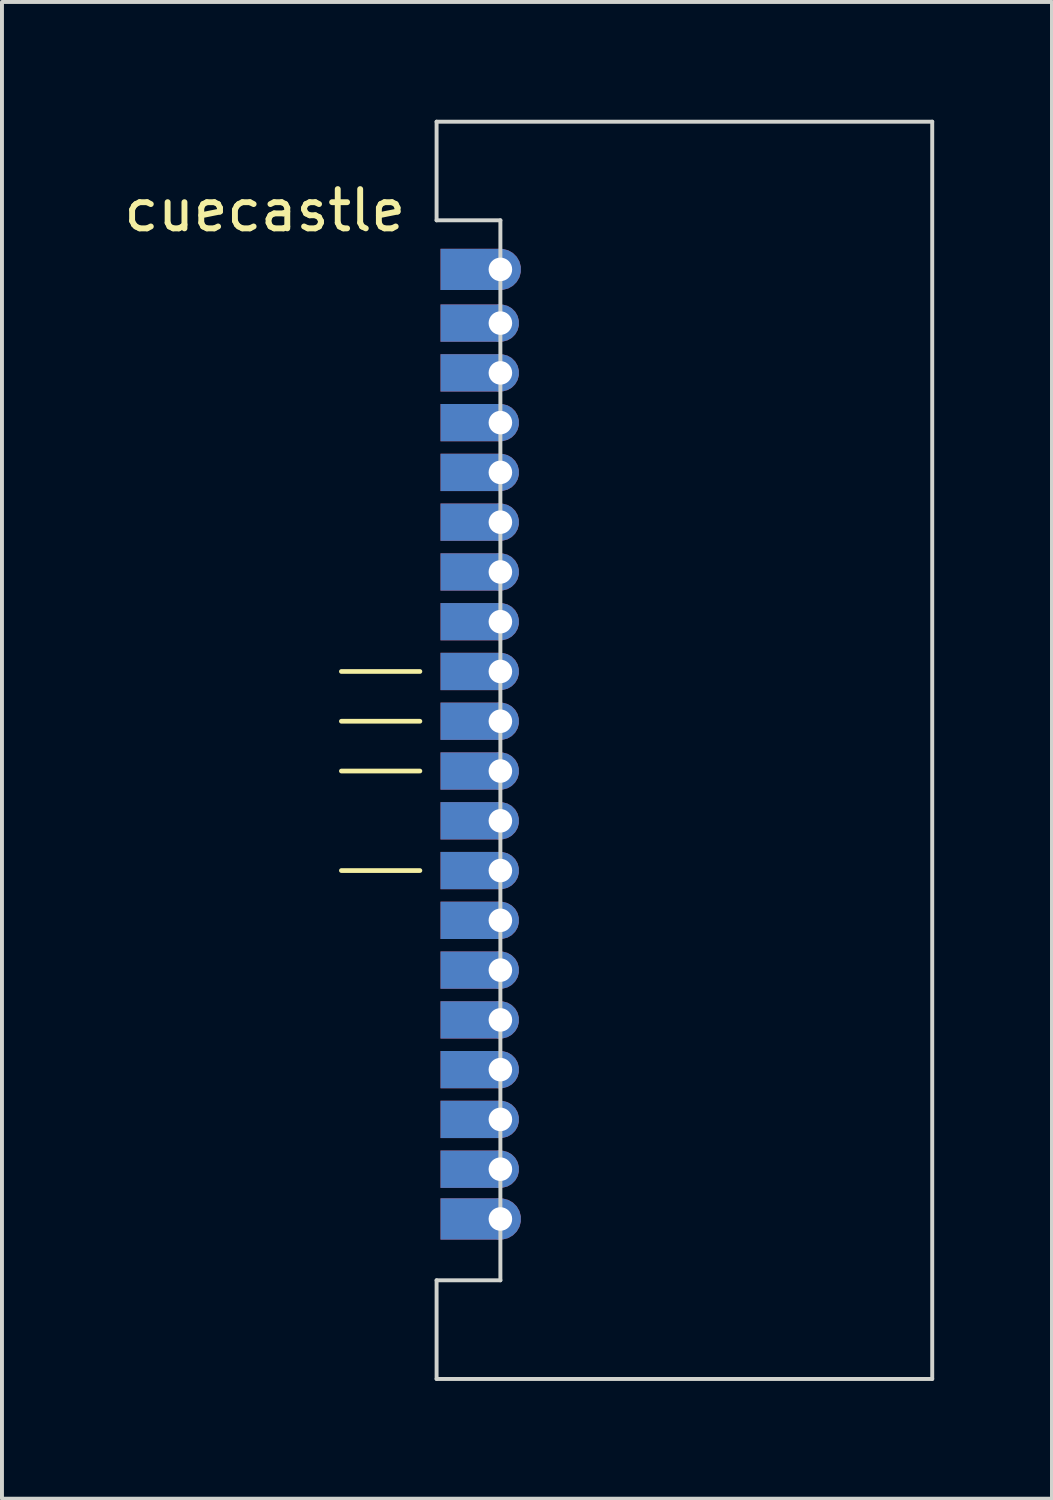
<source format=kicad_pcb>
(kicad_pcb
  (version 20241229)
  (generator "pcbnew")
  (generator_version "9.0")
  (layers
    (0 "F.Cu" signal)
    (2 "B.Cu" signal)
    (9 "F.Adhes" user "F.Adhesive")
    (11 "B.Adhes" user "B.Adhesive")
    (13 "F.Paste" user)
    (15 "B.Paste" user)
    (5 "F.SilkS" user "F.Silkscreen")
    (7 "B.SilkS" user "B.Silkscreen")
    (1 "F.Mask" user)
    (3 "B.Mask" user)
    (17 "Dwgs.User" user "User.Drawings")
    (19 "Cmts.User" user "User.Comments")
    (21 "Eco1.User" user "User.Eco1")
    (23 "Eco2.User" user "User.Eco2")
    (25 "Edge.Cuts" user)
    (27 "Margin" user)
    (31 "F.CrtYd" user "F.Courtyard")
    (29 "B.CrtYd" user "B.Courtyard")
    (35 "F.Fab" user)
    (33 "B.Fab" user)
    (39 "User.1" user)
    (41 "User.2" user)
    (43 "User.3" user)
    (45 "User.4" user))
  (footprint "cuecastle"
    (layer "F.Cu")
    (at 9.696 3.812)
    (property "Reference" "cuecastle" (at -6 -1.5 0) (unlocked yes) (layer "F.SilkS") (effects (font (size 1 1) (thickness 0.15))))
    (attr smd)
    (fp_poly (pts (xy -1.525 -0.525) (xy 0 -0.525) (xy -0.413 -0.263) (xy -0.413 0.263) (xy 0 0.525) (xy -1.525 0.525)) (stroke (width 0) (type solid)) (fill yes) (layer "F.Cu"))
    (fp_poly (pts (xy -1.525 0.893) (xy 0 0.893) (xy -0.387 1.13) (xy -0.387 1.605) (xy 0 1.843) (xy -1.525 1.843)) (stroke (width 0) (type solid)) (fill yes) (layer "F.Cu"))
    (fp_poly (pts (xy -1.525 2.161) (xy 0 2.161) (xy -0.387 2.398) (xy -0.387 2.873) (xy 0 3.111) (xy -1.525 3.111)) (stroke (width 0) (type solid)) (fill yes) (layer "F.Cu"))
    (fp_poly (pts (xy -1.525 3.428) (xy 0 3.428) (xy -0.387 3.666) (xy -0.387 4.141) (xy 0 4.378) (xy -1.525 4.378)) (stroke (width 0) (type solid)) (fill yes) (layer "F.Cu"))
    (fp_poly (pts (xy -1.525 4.696) (xy 0 4.696) (xy -0.387 4.934) (xy -0.387 5.409) (xy 0 5.646) (xy -1.525 5.646)) (stroke (width 0) (type solid)) (fill yes) (layer "F.Cu"))
    (fp_poly (pts (xy -1.525 5.964) (xy 0 5.964) (xy -0.387 6.201) (xy -0.387 6.676) (xy 0 6.914) (xy -1.525 6.914)) (stroke (width 0) (type solid)) (fill yes) (layer "F.Cu"))
    (fp_poly (pts (xy -1.525 7.232) (xy 0 7.232) (xy -0.387 7.469) (xy -0.387 7.944) (xy 0 8.182) (xy -1.525 8.182)) (stroke (width 0) (type solid)) (fill yes) (layer "F.Cu"))
    (fp_poly (pts (xy -1.525 8.499) (xy 0 8.499) (xy -0.387 8.737) (xy -0.387 9.212) (xy 0 9.449) (xy -1.525 9.449)) (stroke (width 0) (type solid)) (fill yes) (layer "F.Cu"))
    (fp_poly (pts (xy -1.525 9.767) (xy 0 9.767) (xy -0.387 10.005) (xy -0.387 10.48) (xy 0 10.717) (xy -1.525 10.717)) (stroke (width 0) (type solid)) (fill yes) (layer "F.Cu"))
    (fp_poly (pts (xy -1.525 11.035) (xy 0 11.035) (xy -0.387 11.272) (xy -0.387 11.747) (xy 0 11.985) (xy -1.525 11.985)) (stroke (width 0) (type solid)) (fill yes) (layer "F.Cu"))
    (fp_poly (pts (xy -1.525 12.303) (xy 0 12.303) (xy -0.387 12.54) (xy -0.387 13.015) (xy 0 13.253) (xy -1.525 13.253)) (stroke (width 0) (type solid)) (fill yes) (layer "F.Cu"))
    (fp_poly (pts (xy -1.525 13.571) (xy 0 13.571) (xy -0.387 13.808) (xy -0.387 14.283) (xy 0 14.521) (xy -1.525 14.521)) (stroke (width 0) (type solid)) (fill yes) (layer "F.Cu"))
    (fp_poly (pts (xy -1.525 14.838) (xy 0 14.838) (xy -0.387 15.076) (xy -0.387 15.551) (xy 0 15.788) (xy -1.525 15.788)) (stroke (width 0) (type solid)) (fill yes) (layer "F.Cu"))
    (fp_poly (pts (xy -1.525 16.106) (xy 0 16.106) (xy -0.387 16.344) (xy -0.387 16.819) (xy 0 17.056) (xy -1.525 17.056)) (stroke (width 0) (type solid)) (fill yes) (layer "F.Cu"))
    (fp_poly (pts (xy -1.525 17.374) (xy 0 17.374) (xy -0.387 17.611) (xy -0.387 18.086) (xy 0 18.324) (xy -1.525 18.324)) (stroke (width 0) (type solid)) (fill yes) (layer "F.Cu"))
    (fp_poly (pts (xy -1.525 18.642) (xy 0 18.642) (xy -0.387 18.879) (xy -0.387 19.354) (xy 0 19.592) (xy -1.525 19.592)) (stroke (width 0) (type solid)) (fill yes) (layer "F.Cu"))
    (fp_poly (pts (xy -1.525 19.909) (xy 0 19.909) (xy -0.387 20.147) (xy -0.387 20.622) (xy 0 20.859) (xy -1.525 20.859)) (stroke (width 0) (type solid)) (fill yes) (layer "F.Cu"))
    (fp_poly (pts (xy -1.525 21.177) (xy 0 21.177) (xy -0.387 21.415) (xy -0.387 21.89) (xy 0 22.127) (xy -1.525 22.127)) (stroke (width 0) (type solid)) (fill yes) (layer "F.Cu"))
    (fp_poly (pts (xy -1.525 22.445) (xy 0 22.445) (xy -0.387 22.682) (xy -0.387 23.157) (xy 0 23.395) (xy -1.525 23.395)) (stroke (width 0) (type solid)) (fill yes) (layer "F.Cu"))
    (fp_poly (pts (xy -1.525 23.663) (xy 0 23.663) (xy -0.413 23.925) (xy -0.413 24.45) (xy 0 24.713) (xy -1.525 24.713)) (stroke (width 0) (type solid)) (fill yes) (layer "F.Cu"))
    (fp_poly (pts (xy -1.525 -0.525) (xy 0 -0.525) (xy -0.413 -0.263) (xy -0.413 0.263) (xy 0 0.525) (xy -1.525 0.525)) (stroke (width 0) (type solid)) (fill yes) (layer "F.Mask"))
    (fp_poly (pts (xy -1.525 0.893) (xy 0 0.893) (xy -0.387 1.13) (xy -0.387 1.605) (xy 0 1.843) (xy -1.525 1.843)) (stroke (width 0) (type solid)) (fill yes) (layer "F.Mask"))
    (fp_poly (pts (xy -1.525 2.161) (xy 0 2.161) (xy -0.387 2.398) (xy -0.387 2.873) (xy 0 3.111) (xy -1.525 3.111)) (stroke (width 0) (type solid)) (fill yes) (layer "F.Mask"))
    (fp_poly (pts (xy -1.525 3.428) (xy 0 3.428) (xy -0.387 3.666) (xy -0.387 4.141) (xy 0 4.378) (xy -1.525 4.378)) (stroke (width 0) (type solid)) (fill yes) (layer "F.Mask"))
    (fp_poly (pts (xy -1.525 4.696) (xy 0 4.696) (xy -0.387 4.934) (xy -0.387 5.409) (xy 0 5.646) (xy -1.525 5.646)) (stroke (width 0) (type solid)) (fill yes) (layer "F.Mask"))
    (fp_poly (pts (xy -1.525 5.964) (xy 0 5.964) (xy -0.387 6.201) (xy -0.387 6.676) (xy 0 6.914) (xy -1.525 6.914)) (stroke (width 0) (type solid)) (fill yes) (layer "F.Mask"))
    (fp_poly (pts (xy -1.525 7.232) (xy 0 7.232) (xy -0.387 7.469) (xy -0.387 7.944) (xy 0 8.182) (xy -1.525 8.182)) (stroke (width 0) (type solid)) (fill yes) (layer "F.Mask"))
    (fp_poly (pts (xy -1.525 8.499) (xy 0 8.499) (xy -0.387 8.737) (xy -0.387 9.212) (xy 0 9.449) (xy -1.525 9.449)) (stroke (width 0) (type solid)) (fill yes) (layer "F.Mask"))
    (fp_poly (pts (xy -1.525 9.767) (xy 0 9.767) (xy -0.387 10.005) (xy -0.387 10.48) (xy 0 10.717) (xy -1.525 10.717)) (stroke (width 0) (type solid)) (fill yes) (layer "F.Mask"))
    (fp_poly (pts (xy -1.525 11.035) (xy 0 11.035) (xy -0.387 11.272) (xy -0.387 11.747) (xy 0 11.985) (xy -1.525 11.985)) (stroke (width 0) (type solid)) (fill yes) (layer "F.Mask"))
    (fp_poly (pts (xy -1.525 12.303) (xy 0 12.303) (xy -0.387 12.54) (xy -0.387 13.015) (xy 0 13.253) (xy -1.525 13.253)) (stroke (width 0) (type solid)) (fill yes) (layer "F.Mask"))
    (fp_poly (pts (xy -1.525 13.571) (xy 0 13.571) (xy -0.387 13.808) (xy -0.387 14.283) (xy 0 14.521) (xy -1.525 14.521)) (stroke (width 0) (type solid)) (fill yes) (layer "F.Mask"))
    (fp_poly (pts (xy -1.525 14.838) (xy 0 14.838) (xy -0.387 15.076) (xy -0.387 15.551) (xy 0 15.788) (xy -1.525 15.788)) (stroke (width 0) (type solid)) (fill yes) (layer "F.Mask"))
    (fp_poly (pts (xy -1.525 16.106) (xy 0 16.106) (xy -0.387 16.344) (xy -0.387 16.819) (xy 0 17.056) (xy -1.525 17.056)) (stroke (width 0) (type solid)) (fill yes) (layer "F.Mask"))
    (fp_poly (pts (xy -1.525 17.374) (xy 0 17.374) (xy -0.387 17.611) (xy -0.387 18.086) (xy 0 18.324) (xy -1.525 18.324)) (stroke (width 0) (type solid)) (fill yes) (layer "F.Mask"))
    (fp_poly (pts (xy -1.525 18.642) (xy 0 18.642) (xy -0.387 18.879) (xy -0.387 19.354) (xy 0 19.592) (xy -1.525 19.592)) (stroke (width 0) (type solid)) (fill yes) (layer "F.Mask"))
    (fp_poly (pts (xy -1.525 19.909) (xy 0 19.909) (xy -0.387 20.147) (xy -0.387 20.622) (xy 0 20.859) (xy -1.525 20.859)) (stroke (width 0) (type solid)) (fill yes) (layer "F.Mask"))
    (fp_poly (pts (xy -1.525 21.177) (xy 0 21.177) (xy -0.387 21.415) (xy -0.387 21.89) (xy 0 22.127) (xy -1.525 22.127)) (stroke (width 0) (type solid)) (fill yes) (layer "F.Mask"))
    (fp_poly (pts (xy -1.525 22.445) (xy 0 22.445) (xy -0.387 22.682) (xy -0.387 23.157) (xy 0 23.395) (xy -1.525 23.395)) (stroke (width 0) (type solid)) (fill yes) (layer "F.Mask"))
    (fp_poly (pts (xy -1.525 23.663) (xy 0 23.663) (xy -0.413 23.925) (xy -0.413 24.45) (xy 0 24.713) (xy -1.525 24.713)) (stroke (width 0) (type solid)) (fill yes) (layer "F.Mask"))
    (fp_poly (pts (xy -1.525 -0.525) (xy 0 -0.525) (xy -0.413 -0.263) (xy -0.413 0.263) (xy 0 0.525) (xy -1.525 0.525)) (stroke (width 0) (type solid)) (fill yes) (layer "B.Cu"))
    (fp_poly (pts (xy -1.525 0.893) (xy 0 0.893) (xy -0.387 1.13) (xy -0.387 1.605) (xy 0 1.843) (xy -1.525 1.843)) (stroke (width 0) (type solid)) (fill yes) (layer "B.Cu"))
    (fp_poly (pts (xy -1.525 2.161) (xy 0 2.161) (xy -0.387 2.398) (xy -0.387 2.873) (xy 0 3.111) (xy -1.525 3.111)) (stroke (width 0) (type solid)) (fill yes) (layer "B.Cu"))
    (fp_poly (pts (xy -1.525 3.428) (xy 0 3.428) (xy -0.387 3.666) (xy -0.387 4.141) (xy 0 4.378) (xy -1.525 4.378)) (stroke (width 0) (type solid)) (fill yes) (layer "B.Cu"))
    (fp_poly (pts (xy -1.525 4.696) (xy 0 4.696) (xy -0.387 4.934) (xy -0.387 5.409) (xy 0 5.646) (xy -1.525 5.646)) (stroke (width 0) (type solid)) (fill yes) (layer "B.Cu"))
    (fp_poly (pts (xy -1.525 5.964) (xy 0 5.964) (xy -0.387 6.201) (xy -0.387 6.676) (xy 0 6.914) (xy -1.525 6.914)) (stroke (width 0) (type solid)) (fill yes) (layer "B.Cu"))
    (fp_poly (pts (xy -1.525 7.232) (xy 0 7.232) (xy -0.387 7.469) (xy -0.387 7.944) (xy 0 8.182) (xy -1.525 8.182)) (stroke (width 0) (type solid)) (fill yes) (layer "B.Cu"))
    (fp_poly (pts (xy -1.525 8.499) (xy 0 8.499) (xy -0.387 8.737) (xy -0.387 9.212) (xy 0 9.449) (xy -1.525 9.449)) (stroke (width 0) (type solid)) (fill yes) (layer "B.Cu"))
    (fp_poly (pts (xy -1.525 9.767) (xy 0 9.767) (xy -0.387 10.005) (xy -0.387 10.48) (xy 0 10.717) (xy -1.525 10.717)) (stroke (width 0) (type solid)) (fill yes) (layer "B.Cu"))
    (fp_poly (pts (xy -1.525 11.035) (xy 0 11.035) (xy -0.387 11.272) (xy -0.387 11.747) (xy 0 11.985) (xy -1.525 11.985)) (stroke (width 0) (type solid)) (fill yes) (layer "B.Cu"))
    (fp_poly (pts (xy -1.525 12.303) (xy 0 12.303) (xy -0.387 12.54) (xy -0.387 13.015) (xy 0 13.253) (xy -1.525 13.253)) (stroke (width 0) (type solid)) (fill yes) (layer "B.Cu"))
    (fp_poly (pts (xy -1.525 13.571) (xy 0 13.571) (xy -0.387 13.808) (xy -0.387 14.283) (xy 0 14.521) (xy -1.525 14.521)) (stroke (width 0) (type solid)) (fill yes) (layer "B.Cu"))
    (fp_poly (pts (xy -1.525 14.838) (xy 0 14.838) (xy -0.387 15.076) (xy -0.387 15.551) (xy 0 15.788) (xy -1.525 15.788)) (stroke (width 0) (type solid)) (fill yes) (layer "B.Cu"))
    (fp_poly (pts (xy -1.525 16.106) (xy 0 16.106) (xy -0.387 16.344) (xy -0.387 16.819) (xy 0 17.056) (xy -1.525 17.056)) (stroke (width 0) (type solid)) (fill yes) (layer "B.Cu"))
    (fp_poly (pts (xy -1.525 17.374) (xy 0 17.374) (xy -0.387 17.611) (xy -0.387 18.086) (xy 0 18.324) (xy -1.525 18.324)) (stroke (width 0) (type solid)) (fill yes) (layer "B.Cu"))
    (fp_poly (pts (xy -1.525 18.642) (xy 0 18.642) (xy -0.387 18.879) (xy -0.387 19.354) (xy 0 19.592) (xy -1.525 19.592)) (stroke (width 0) (type solid)) (fill yes) (layer "B.Cu"))
    (fp_poly (pts (xy -1.525 19.909) (xy 0 19.909) (xy -0.387 20.147) (xy -0.387 20.622) (xy 0 20.859) (xy -1.525 20.859)) (stroke (width 0) (type solid)) (fill yes) (layer "B.Cu"))
    (fp_poly (pts (xy -1.525 21.177) (xy 0 21.177) (xy -0.387 21.415) (xy -0.387 21.89) (xy 0 22.127) (xy -1.525 22.127)) (stroke (width 0) (type solid)) (fill yes) (layer "B.Cu"))
    (fp_poly (pts (xy -1.525 22.445) (xy 0 22.445) (xy -0.387 22.682) (xy -0.387 23.157) (xy 0 23.395) (xy -1.525 23.395)) (stroke (width 0) (type solid)) (fill yes) (layer "B.Cu"))
    (fp_poly (pts (xy -1.525 23.663) (xy 0 23.663) (xy -0.413 23.925) (xy -0.413 24.45) (xy 0 24.713) (xy -1.525 24.713)) (stroke (width 0) (type solid)) (fill yes) (layer "B.Cu"))
    (fp_poly (pts (xy -1.525 -0.525) (xy 0 -0.525) (xy -0.413 -0.263) (xy -0.413 0.263) (xy 0 0.525) (xy -1.525 0.525)) (stroke (width 0) (type solid)) (fill yes) (layer "B.Mask"))
    (fp_poly (pts (xy -1.525 0.893) (xy 0 0.893) (xy -0.387 1.13) (xy -0.387 1.605) (xy 0 1.843) (xy -1.525 1.843)) (stroke (width 0) (type solid)) (fill yes) (layer "B.Mask"))
    (fp_poly (pts (xy -1.525 2.161) (xy 0 2.161) (xy -0.387 2.398) (xy -0.387 2.873) (xy 0 3.111) (xy -1.525 3.111)) (stroke (width 0) (type solid)) (fill yes) (layer "B.Mask"))
    (fp_poly (pts (xy -1.525 3.428) (xy 0 3.428) (xy -0.387 3.666) (xy -0.387 4.141) (xy 0 4.378) (xy -1.525 4.378)) (stroke (width 0) (type solid)) (fill yes) (layer "B.Mask"))
    (fp_poly (pts (xy -1.525 4.696) (xy 0 4.696) (xy -0.387 4.934) (xy -0.387 5.409) (xy 0 5.646) (xy -1.525 5.646)) (stroke (width 0) (type solid)) (fill yes) (layer "B.Mask"))
    (fp_poly (pts (xy -1.525 5.964) (xy 0 5.964) (xy -0.387 6.201) (xy -0.387 6.676) (xy 0 6.914) (xy -1.525 6.914)) (stroke (width 0) (type solid)) (fill yes) (layer "B.Mask"))
    (fp_poly (pts (xy -1.525 7.232) (xy 0 7.232) (xy -0.387 7.469) (xy -0.387 7.944) (xy 0 8.182) (xy -1.525 8.182)) (stroke (width 0) (type solid)) (fill yes) (layer "B.Mask"))
    (fp_poly (pts (xy -1.525 8.499) (xy 0 8.499) (xy -0.387 8.737) (xy -0.387 9.212) (xy 0 9.449) (xy -1.525 9.449)) (stroke (width 0) (type solid)) (fill yes) (layer "B.Mask"))
    (fp_poly (pts (xy -1.525 9.767) (xy 0 9.767) (xy -0.387 10.005) (xy -0.387 10.48) (xy 0 10.717) (xy -1.525 10.717)) (stroke (width 0) (type solid)) (fill yes) (layer "B.Mask"))
    (fp_poly (pts (xy -1.525 11.035) (xy 0 11.035) (xy -0.387 11.272) (xy -0.387 11.747) (xy 0 11.985) (xy -1.525 11.985)) (stroke (width 0) (type solid)) (fill yes) (layer "B.Mask"))
    (fp_poly (pts (xy -1.525 12.303) (xy 0 12.303) (xy -0.387 12.54) (xy -0.387 13.015) (xy 0 13.253) (xy -1.525 13.253)) (stroke (width 0) (type solid)) (fill yes) (layer "B.Mask"))
    (fp_poly (pts (xy -1.525 13.571) (xy 0 13.571) (xy -0.387 13.808) (xy -0.387 14.283) (xy 0 14.521) (xy -1.525 14.521)) (stroke (width 0) (type solid)) (fill yes) (layer "B.Mask"))
    (fp_poly (pts (xy -1.525 14.838) (xy 0 14.838) (xy -0.387 15.076) (xy -0.387 15.551) (xy 0 15.788) (xy -1.525 15.788)) (stroke (width 0) (type solid)) (fill yes) (layer "B.Mask"))
    (fp_poly (pts (xy -1.525 16.106) (xy 0 16.106) (xy -0.387 16.344) (xy -0.387 16.819) (xy 0 17.056) (xy -1.525 17.056)) (stroke (width 0) (type solid)) (fill yes) (layer "B.Mask"))
    (fp_poly (pts (xy -1.525 17.374) (xy 0 17.374) (xy -0.387 17.611) (xy -0.387 18.086) (xy 0 18.324) (xy -1.525 18.324)) (stroke (width 0) (type solid)) (fill yes) (layer "B.Mask"))
    (fp_poly (pts (xy -1.525 18.642) (xy 0 18.642) (xy -0.387 18.879) (xy -0.387 19.354) (xy 0 19.592) (xy -1.525 19.592)) (stroke (width 0) (type solid)) (fill yes) (layer "B.Mask"))
    (fp_poly (pts (xy -1.525 19.909) (xy 0 19.909) (xy -0.387 20.147) (xy -0.387 20.622) (xy 0 20.859) (xy -1.525 20.859)) (stroke (width 0) (type solid)) (fill yes) (layer "B.Mask"))
    (fp_poly (pts (xy -1.525 21.177) (xy 0 21.177) (xy -0.387 21.415) (xy -0.387 21.89) (xy 0 22.127) (xy -1.525 22.127)) (stroke (width 0) (type solid)) (fill yes) (layer "B.Mask"))
    (fp_poly (pts (xy -1.525 22.445) (xy 0 22.445) (xy -0.387 22.682) (xy -0.387 23.157) (xy 0 23.395) (xy -1.525 23.395)) (stroke (width 0) (type solid)) (fill yes) (layer "B.Mask"))
    (fp_poly (pts (xy -1.525 23.663) (xy 0 23.663) (xy -0.413 23.925) (xy -0.413 24.45) (xy 0 24.713) (xy -1.525 24.713)) (stroke (width 0) (type solid)) (fill yes) (layer "B.Mask"))
    (fp_line (start -4.05 10.242) (end -2.05 10.242) (stroke (width 0.12) (type solid)) (layer "F.SilkS"))
    (fp_line (start -4.05 11.51) (end -2.05 11.51) (stroke (width 0.12) (type solid)) (layer "F.SilkS"))
    (fp_line (start -4.05 12.778) (end -2.05 12.778) (stroke (width 0.12) (type solid)) (layer "F.SilkS"))
    (fp_line (start -4.05 15.313) (end -2.05 15.313) (stroke (width 0.12) (type solid)) (layer "F.SilkS"))
    (fp_line (start -1.625 -3.762) (end 11 -3.762) (stroke (width 0.1) (type solid)) (layer "Edge.Cuts"))
    (fp_line (start -1.625 -1.25) (end -1.625 -3.762) (stroke (width 0.1) (type solid)) (layer "Edge.Cuts"))
    (fp_line (start -1.625 25.75) (end 0 25.75) (stroke (width 0.1) (type solid)) (layer "Edge.Cuts"))
    (fp_line (start -1.625 28.263) (end -1.625 25.75) (stroke (width 0.1) (type solid)) (layer "Edge.Cuts"))
    (fp_line (start 0 -1.25) (end -1.625 -1.25) (stroke (width 0.1) (type solid)) (layer "Edge.Cuts"))
    (fp_line (start 0 25.75) (end 0 -1.25) (stroke (width 0.1) (type solid)) (layer "Edge.Cuts"))
    (fp_line (start 11 -3.762) (end 11 28.263) (stroke (width 0.1) (type solid)) (layer "Edge.Cuts"))
    (fp_line (start 11 28.263) (end -1.625 28.263) (stroke (width 0.1) (type solid)) (layer "Edge.Cuts"))
    (pad "1" thru_hole custom (at 0 0) (size 1.05 1.05) (drill 0.6) (property pad_prop_castellated) (layers "*.Cu" "*.Mask") (options (anchor circle)) (primitives))
    (pad "2" thru_hole custom (at 0 1.368) (size 0.95 0.95) (drill 0.6) (property pad_prop_castellated) (layers "*.Cu" "*.Mask") (options (anchor circle)) (primitives))
    (pad "3" thru_hole custom (at 0 2.636) (size 0.95 0.95) (drill 0.6) (property pad_prop_castellated) (layers "*.Cu" "*.Mask") (options (anchor circle)) (primitives))
    (pad "4" thru_hole custom (at 0 3.903) (size 0.95 0.95) (drill 0.6) (property pad_prop_castellated) (layers "*.Cu" "*.Mask") (options (anchor circle)) (primitives))
    (pad "5" thru_hole custom (at 0 5.171) (size 0.95 0.95) (drill 0.6) (property pad_prop_castellated) (layers "*.Cu" "*.Mask") (options (anchor circle)) (primitives))
    (pad "6" thru_hole custom (at 0 6.439) (size 0.95 0.95) (drill 0.6) (property pad_prop_castellated) (layers "*.Cu" "*.Mask") (options (anchor circle)) (primitives))
    (pad "7" thru_hole custom (at 0 7.707) (size 0.95 0.95) (drill 0.6) (property pad_prop_castellated) (layers "*.Cu" "*.Mask") (options (anchor circle)) (primitives))
    (pad "8" thru_hole custom (at 0 8.974) (size 0.95 0.95) (drill 0.6) (property pad_prop_castellated) (layers "*.Cu" "*.Mask") (options (anchor circle)) (primitives))
    (pad "9" thru_hole custom (at 0 10.242) (size 0.95 0.95) (drill 0.6) (property pad_prop_castellated) (layers "*.Cu" "*.Mask") (options (anchor circle)) (primitives))
    (pad "10" thru_hole custom (at 0 11.51) (size 0.95 0.95) (drill 0.6) (property pad_prop_castellated) (layers "*.Cu" "*.Mask") (options (anchor circle)) (primitives))
    (pad "11" thru_hole custom (at 0 12.778) (size 0.95 0.95) (drill 0.6) (property pad_prop_castellated) (layers "*.Cu" "*.Mask") (options (anchor circle)) (primitives))
    (pad "12" thru_hole custom (at 0 14.046) (size 0.95 0.95) (drill 0.6) (property pad_prop_castellated) (layers "*.Cu" "*.Mask") (options (anchor circle)) (primitives))
    (pad "13" thru_hole custom (at 0 15.313) (size 0.95 0.95) (drill 0.6) (property pad_prop_castellated) (layers "*.Cu" "*.Mask") (options (anchor circle)) (primitives))
    (pad "14" thru_hole custom (at 0 16.581) (size 0.95 0.95) (drill 0.6) (property pad_prop_castellated) (layers "*.Cu" "*.Mask") (options (anchor circle)) (primitives))
    (pad "15" thru_hole custom (at 0 17.849) (size 0.95 0.95) (drill 0.6) (property pad_prop_castellated) (layers "*.Cu" "*.Mask") (options (anchor circle)) (primitives))
    (pad "16" thru_hole custom (at 0 19.117) (size 0.95 0.95) (drill 0.6) (property pad_prop_castellated) (layers "*.Cu" "*.Mask") (options (anchor circle)) (primitives))
    (pad "17" thru_hole custom (at 0 20.384) (size 0.95 0.95) (drill 0.6) (property pad_prop_castellated) (layers "*.Cu" "*.Mask") (options (anchor circle)) (primitives))
    (pad "18" thru_hole custom (at 0 21.652) (size 0.95 0.95) (drill 0.6) (property pad_prop_castellated) (layers "*.Cu" "*.Mask") (options (anchor circle)) (primitives))
    (pad "19" thru_hole custom (at 0 22.92) (size 0.95 0.95) (drill 0.6) (property pad_prop_castellated) (layers "*.Cu" "*.Mask") (options (anchor circle)) (primitives))
    (pad "20" thru_hole custom (at 0 24.188) (size 1.05 1.05) (drill 0.6) (property pad_prop_castellated) (layers "*.Cu" "*.Mask") (options (anchor circle)) (primitives)))
  (gr_rect
    (start -3 -3)
    (end 23.746 35.125)
    (stroke (width 0.1) (type default))
    (fill no)
    (layer "Edge.Cuts")))
</source>
